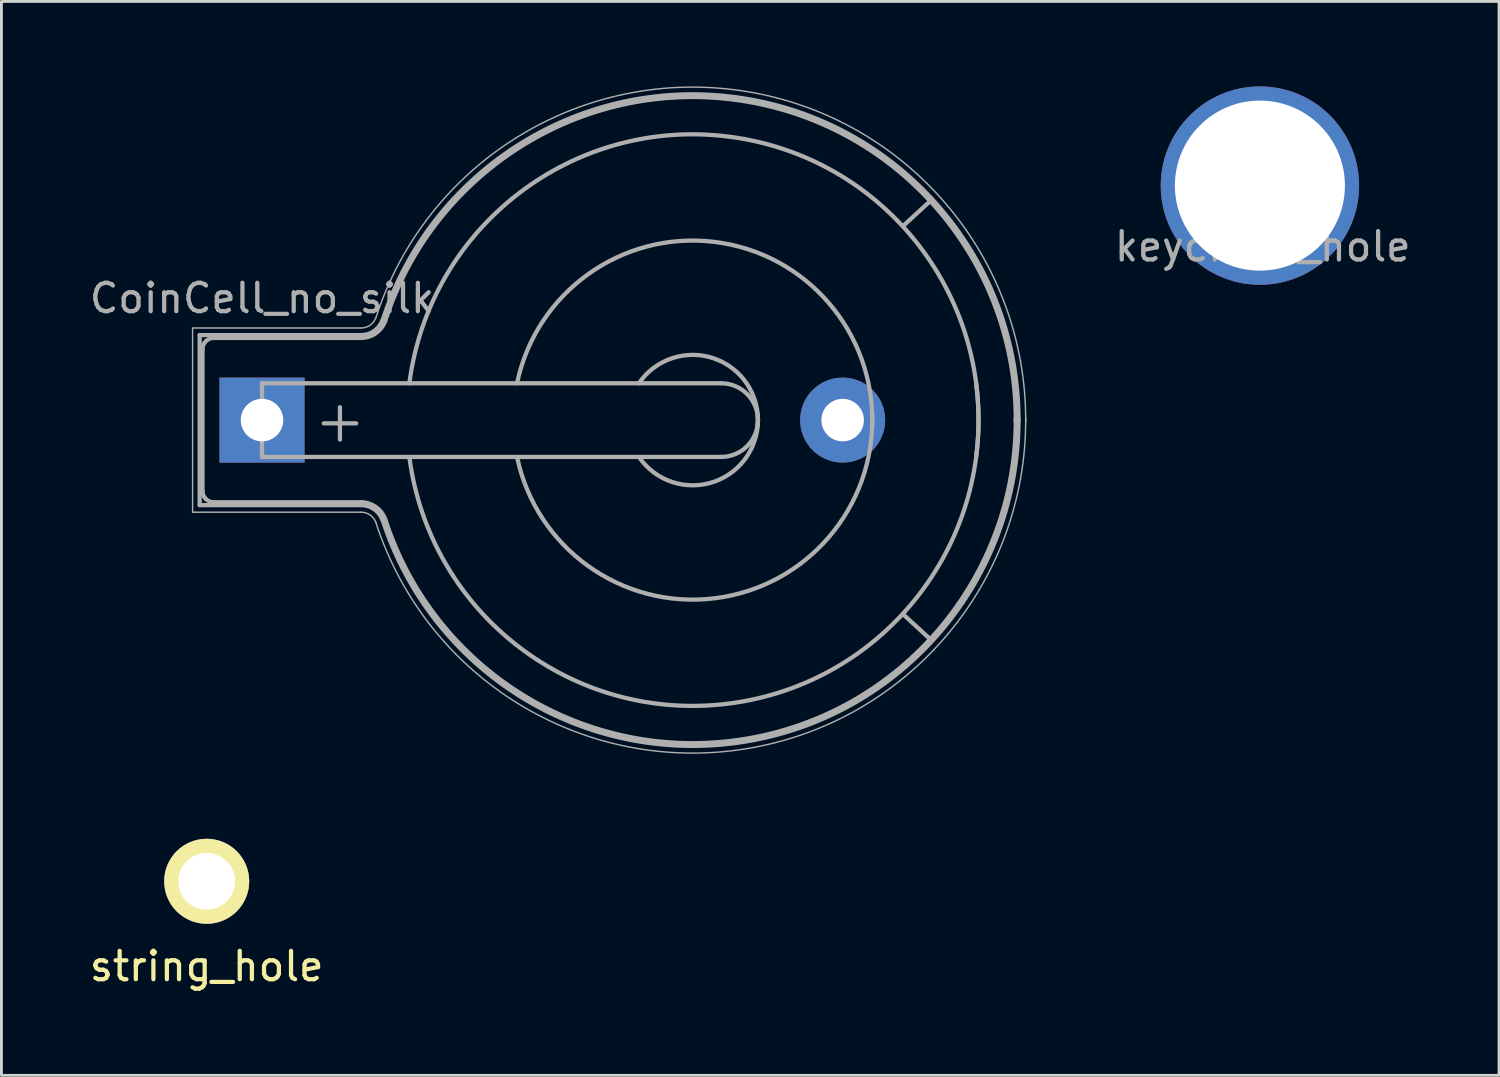
<source format=kicad_pcb>
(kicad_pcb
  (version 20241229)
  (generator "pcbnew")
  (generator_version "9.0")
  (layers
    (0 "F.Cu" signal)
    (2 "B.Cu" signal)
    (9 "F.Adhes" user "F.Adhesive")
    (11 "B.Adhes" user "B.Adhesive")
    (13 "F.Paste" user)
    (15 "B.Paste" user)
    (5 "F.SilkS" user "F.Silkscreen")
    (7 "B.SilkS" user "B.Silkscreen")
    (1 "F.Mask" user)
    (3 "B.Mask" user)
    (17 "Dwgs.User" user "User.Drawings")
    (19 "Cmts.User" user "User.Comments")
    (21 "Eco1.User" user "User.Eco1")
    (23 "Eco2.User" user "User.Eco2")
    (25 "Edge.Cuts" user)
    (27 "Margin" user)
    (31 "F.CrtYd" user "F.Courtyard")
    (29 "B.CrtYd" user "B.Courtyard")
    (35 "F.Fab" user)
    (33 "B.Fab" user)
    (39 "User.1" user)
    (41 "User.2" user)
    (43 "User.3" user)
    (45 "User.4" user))
  (footprint "string_hole"
    (layer "F.Cu")
    (at 4.244 28.05)
    (property "Reference" "string_hole" (at 0 3 0) (layer "F.SilkS") (effects (font (size 1 1) (thickness 0.15))))
    (attr through_hole)
    (pad "1" thru_hole circle (at 0 0) (size 3 3) (drill 2) (layers "*.Cu" "*.Mask" "F.SilkS")))
  (footprint "CoinCell_no_silk"
    (layer "F.Cu")
    (at 6.196 11.775)
    (property "Reference" "CoinCell_no_silk" (at 0 -4.3 0) (layer "F.Fab") (effects (font (size 1 1) (thickness 0.15))))
    (attr through_hole)
    (fp_line (start -2.45 -3.25) (end 3.5 -3.25) (stroke (width 0.05) (type solid)) (layer "F.Fab"))
    (fp_line (start -2.45 3.25) (end -2.45 -3.25) (stroke (width 0.05) (type solid)) (layer "F.Fab"))
    (fp_line (start -2.45 3.25) (end 3.5 3.25) (stroke (width 0.05) (type solid)) (layer "F.Fab"))
    (fp_line (start -2.2 -3) (end 3.5 -3) (stroke (width 0.15) (type solid)) (layer "F.Fab"))
    (fp_line (start -2.2 3) (end -2.2 -3) (stroke (width 0.15) (type solid)) (layer "F.Fab"))
    (fp_line (start -2.2 3) (end 3.5 3) (stroke (width 0.15) (type solid)) (layer "F.Fab"))
    (fp_line (start -2.1 -2.5) (end -2.1 2.5) (stroke (width 0.15) (type solid)) (layer "F.Fab"))
    (fp_line (start -1.7 2.9) (end 3.531 2.9) (stroke (width 0.15) (type solid)) (layer "F.Fab"))
    (fp_line (start 0 -1.3) (end 0 1.3) (stroke (width 0.15) (type solid)) (layer "F.Fab"))
    (fp_line (start 0 1.3) (end 16.2 1.3) (stroke (width 0.15) (type solid)) (layer "F.Fab"))
    (fp_line (start 3.531 -2.9) (end -1.7 -2.9) (stroke (width 0.15) (type solid)) (layer "F.Fab"))
    (fp_line (start 16.2 -1.3) (end 0 -1.3) (stroke (width 0.15) (type solid)) (layer "F.Fab"))
    (fp_line (start 23.571 -7.722) (end 22.631 -6.858) (stroke (width 0.15) (type solid)) (layer "F.Fab"))
    (fp_line (start 23.571 7.722) (end 22.657 6.883) (stroke (width 0.15) (type solid)) (layer "F.Fab"))
    (fp_arc (start -2.1 -2.5) (mid -1.982843 -2.782843) (end -1.7 -2.9) (stroke (width 0.15) (type solid)) (layer "F.Fab"))
    (fp_arc (start -1.7 2.9) (mid -1.982843 2.782843) (end -2.1 2.5) (stroke (width 0.15) (type solid)) (layer "F.Fab"))
    (fp_arc (start 3.5 2.9) (mid 4.016219 3.062763) (end 4.345723 3.492182) (stroke (width 0.15) (type solid)) (layer "F.Fab"))
    (fp_arc (start 3.5 3) (mid 3.958861 3.144678) (end 4.251754 3.526384) (stroke (width 0.15) (type solid)) (layer "F.Fab"))
    (fp_arc (start 3.5 3.25) (mid 3.815467 3.349466) (end 4.016831 3.611889) (stroke (width 0.05) (type solid)) (layer "F.Fab"))
    (fp_arc (start 4.015 -3.6) (mid 17.056602 -11.602468) (end 26.949865 0.069987) (stroke (width 0.05) (type solid)) (layer "F.Fab"))
    (fp_arc (start 4.016831 -3.611889) (mid 3.815467 -3.349466) (end 3.5 -3.25) (stroke (width 0.05) (type solid)) (layer "F.Fab"))
    (fp_arc (start 4.25 -3.5) (mid 16.993514 -11.35499) (end 26.695671 0.045281) (stroke (width 0.15) (type solid)) (layer "F.Fab"))
    (fp_arc (start 4.251754 -3.526384) (mid 3.958861 -3.144678) (end 3.5 -3) (stroke (width 0.15) (type solid)) (layer "F.Fab"))
    (fp_arc (start 4.345723 -3.492182) (mid 4.016219 -3.062763) (end 3.5 -2.9) (stroke (width 0.15) (type solid)) (layer "F.Fab"))
    (fp_arc (start 4.35 -3.5) (mid 17.008726 -11.256154) (end 26.600299 0.075351) (stroke (width 0.15) (type solid)) (layer "F.Fab"))
    (fp_arc (start 5.2 -1.3) (mid 16.5 -10) (end 25.2 1.3) (stroke (width 0.15) (type solid)) (layer "F.Fab"))
    (fp_arc (start 9 -1.3) (mid 15.954687 -6.28971) (end 21.531551 0.203631) (stroke (width 0.15) (type solid)) (layer "F.Fab"))
    (fp_arc (start 13.3 -1.3) (mid 15.963947 -2.171724) (end 17.495448 0.175833) (stroke (width 0.15) (type solid)) (layer "F.Fab"))
    (fp_arc (start 16.2 -1.3) (mid 17.5 0) (end 16.2 1.3) (stroke (width 0.15) (type solid)) (layer "F.Fab"))
    (fp_arc (start 17.495448 -0.175833) (mid 15.963947 2.171724) (end 13.3 1.3) (stroke (width 0.15) (type solid)) (layer "F.Fab"))
    (fp_arc (start 21.531551 -0.203631) (mid 15.954687 6.28971) (end 9 1.3) (stroke (width 0.15) (type solid)) (layer "F.Fab"))
    (fp_arc (start 25.2 -1.3) (mid 16.5 10) (end 5.2 1.3) (stroke (width 0.15) (type solid)) (layer "F.Fab"))
    (fp_arc (start 26.600299 -0.075351) (mid 17.008726 11.256154) (end 4.35 3.5) (stroke (width 0.15) (type solid)) (layer "F.Fab"))
    (fp_arc (start 26.695671 -0.045281) (mid 16.993514 11.35499) (end 4.25 3.5) (stroke (width 0.15) (type solid)) (layer "F.Fab"))
    (fp_arc (start 26.949865 -0.069987) (mid 17.056602 11.602468) (end 4.015 3.6) (stroke (width 0.05) (type solid)) (layer "F.Fab"))
    (fp_text user "+" (at 2.75 0 0) (layer "F.Fab") (effects (font (size 1.5 1.5) (thickness 0.15))))
    (pad "1" thru_hole rect (at 0 0) (size 3 3) (drill 1.5) (layers "*.Cu" "*.Mask"))
    (pad "2" thru_hole circle (at 20.49 0) (size 3 3) (drill 1.5) (layers "*.Cu" "*.Mask")))
  (footprint "keychain_hole"
    (layer "F.Cu")
    (at 41.411 3.5)
    (property "Reference" "keychain_hole" (at 0.1 2.15 0) (layer "F.Fab") (effects (font (size 1 1) (thickness 0.15))))
    (attr through_hole)
    (pad "1" thru_hole circle (at 0 0) (size 7 7) (drill 6) (layers "*.Cu" "*.Mask")))
  (gr_rect
    (start -3 -3)
    (end 49.85 34.898)
    (stroke (width 0.1) (type default))
    (fill no)
    (layer "Edge.Cuts")))
</source>
